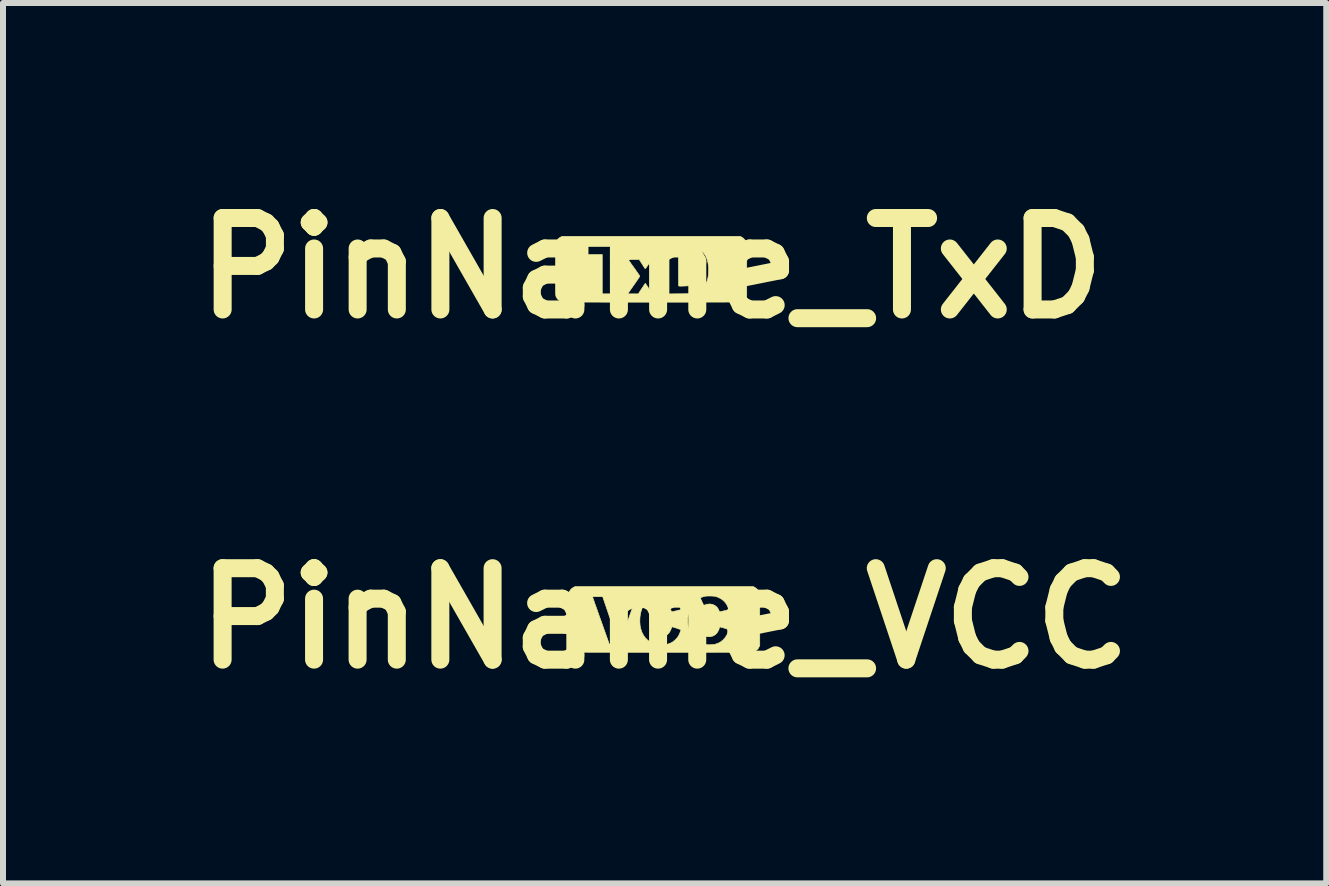
<source format=kicad_pcb>
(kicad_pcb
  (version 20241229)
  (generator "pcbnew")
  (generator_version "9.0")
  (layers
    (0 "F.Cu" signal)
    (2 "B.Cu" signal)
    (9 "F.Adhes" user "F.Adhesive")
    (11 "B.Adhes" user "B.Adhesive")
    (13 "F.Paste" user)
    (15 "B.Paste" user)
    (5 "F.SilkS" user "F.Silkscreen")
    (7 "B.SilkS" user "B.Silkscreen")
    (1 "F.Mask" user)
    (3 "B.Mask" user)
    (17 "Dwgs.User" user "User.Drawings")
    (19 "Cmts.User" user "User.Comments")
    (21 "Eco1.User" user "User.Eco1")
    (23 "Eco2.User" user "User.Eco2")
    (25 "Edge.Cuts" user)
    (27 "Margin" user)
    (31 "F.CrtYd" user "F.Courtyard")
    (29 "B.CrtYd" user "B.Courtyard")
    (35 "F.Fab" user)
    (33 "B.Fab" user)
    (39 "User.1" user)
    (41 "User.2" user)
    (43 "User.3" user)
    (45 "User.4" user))
  (footprint "PinName_VCC"
    (layer "F.Cu")
    (at 8.026 7.254)
    (property "Reference" "PinName_VCC" (at 0 0 0) (layer "F.SilkS") (effects (font (size 1.524 1.524) (thickness 0.3))))
    (attr through_hole)
    (fp_poly (pts (xy 1.502 -0.516) (xy 1.531 -0.496) (xy 1.557 -0.469) (xy 1.573 -0.442) (xy 1.586 -0.418) (xy 1.586 0.455) (xy 1.575 0.477) (xy 1.566 0.493) (xy 1.557 0.508) (xy 1.552 0.514) (xy 1.537 0.528) (xy 1.516 0.543) (xy 1.493 0.555) (xy 1.475 0.563) (xy 1.471 0.563) (xy 1.463 0.564) (xy 1.45 0.564) (xy 1.432 0.565) (xy 1.41 0.565) (xy 1.382 0.565) (xy 1.349 0.566) (xy 1.31 0.566) (xy 1.265 0.566) (xy 1.214 0.567) (xy 1.156 0.567) (xy 1.092 0.567) (xy 1.022 0.567) (xy 0.944 0.567) (xy 0.858 0.567) (xy 0.766 0.568) (xy 0.665 0.568) (xy 0.557 0.568) (xy 0.44 0.568) (xy 0.315 0.568) (xy 0.181 0.568) (xy 0.038 0.568) (xy -0.012 0.568) (xy -0.15 0.568) (xy -0.279 0.568) (xy -0.4 0.568) (xy -0.512 0.568) (xy -0.616 0.568) (xy -0.713 0.568) (xy -0.802 0.568) (xy -0.884 0.567) (xy -0.959 0.567) (xy -1.028 0.567) (xy -1.09 0.567) (xy -1.147 0.567) (xy -1.198 0.567) (xy -1.243 0.567) (xy -1.284 0.566) (xy -1.32 0.566) (xy -1.352 0.566) (xy -1.379 0.566) (xy -1.403 0.565) (xy -1.423 0.565) (xy -1.44 0.565) (xy -1.455 0.564) (xy -1.466 0.564) (xy -1.476 0.563) (xy -1.483 0.562) (xy -1.489 0.562) (xy -1.494 0.561) (xy -1.497 0.56) (xy -1.5 0.56) (xy -1.502 0.559) (xy -1.503 0.559) (xy -1.537 0.542) (xy -1.563 0.52) (xy -1.575 0.505) (xy -1.579 0.498) (xy -1.583 0.491) (xy -1.587 0.485) (xy -1.59 0.479) (xy -1.593 0.471) (xy -1.595 0.462) (xy -1.597 0.45) (xy -1.598 0.436) (xy -1.6 0.418) (xy -1.601 0.396) (xy -1.601 0.369) (xy -1.602 0.338) (xy -1.602 0.3) (xy -1.602 0.257) (xy -1.602 0.206) (xy -1.602 0.148) (xy -1.602 0.081) (xy -1.601 0.011) (xy -1.6 -0.357) (xy -1.201 -0.357) (xy -1.199 -0.352) (xy -1.195 -0.339) (xy -1.188 -0.319) (xy -1.178 -0.292) (xy -1.167 -0.258) (xy -1.153 -0.219) (xy -1.137 -0.176) (xy -1.12 -0.127) (xy -1.102 -0.075) (xy -1.082 -0.02) (xy -1.062 0.037) (xy -1.061 0.038) (xy -0.922 0.43) (xy -0.836 0.428) (xy -0.751 0.427) (xy -0.618 0.057) (xy -0.413 0.057) (xy -0.408 0.122) (xy -0.395 0.182) (xy -0.376 0.237) (xy -0.35 0.286) (xy -0.318 0.329) (xy -0.279 0.367) (xy -0.234 0.398) (xy -0.183 0.422) (xy -0.178 0.424) (xy -0.145 0.433) (xy -0.105 0.439) (xy -0.063 0.441) (xy -0.02 0.441) (xy 0.02 0.437) (xy 0.046 0.432) (xy 0.066 0.426) (xy 0.088 0.418) (xy 0.11 0.408) (xy 0.111 0.408) (xy 0.141 0.39) (xy 0.171 0.366) (xy 0.199 0.337) (xy 0.223 0.307) (xy 0.236 0.284) (xy 0.248 0.261) (xy 0.257 0.238) (xy 0.265 0.218) (xy 0.269 0.202) (xy 0.271 0.192) (xy 0.27 0.19) (xy 0.264 0.187) (xy 0.252 0.183) (xy 0.234 0.177) (xy 0.213 0.17) (xy 0.191 0.162) (xy 0.169 0.156) (xy 0.15 0.15) (xy 0.135 0.145) (xy 0.127 0.143) (xy 0.126 0.143) (xy 0.122 0.147) (xy 0.117 0.158) (xy 0.113 0.167) (xy 0.095 0.21) (xy 0.073 0.245) (xy 0.045 0.273) (xy 0.012 0.294) (xy 0.01 0.295) (xy -0.022 0.305) (xy -0.057 0.307) (xy -0.093 0.304) (xy -0.128 0.293) (xy -0.159 0.277) (xy -0.164 0.273) (xy -0.19 0.25) (xy -0.211 0.222) (xy -0.227 0.189) (xy -0.239 0.151) (xy -0.246 0.106) (xy -0.248 0.054) (xy -0.248 0.042) (xy 0.385 0.042) (xy 0.388 0.097) (xy 0.396 0.15) (xy 0.408 0.199) (xy 0.424 0.242) (xy 0.428 0.251) (xy 0.457 0.3) (xy 0.493 0.343) (xy 0.535 0.378) (xy 0.582 0.407) (xy 0.634 0.427) (xy 0.672 0.437) (xy 0.697 0.44) (xy 0.728 0.441) (xy 0.761 0.441) (xy 0.795 0.439) (xy 0.825 0.436) (xy 0.845 0.432) (xy 0.894 0.415) (xy 0.938 0.391) (xy 0.977 0.359) (xy 1.011 0.32) (xy 1.039 0.275) (xy 1.06 0.226) (xy 1.065 0.21) (xy 1.068 0.197) (xy 1.069 0.19) (xy 1.068 0.189) (xy 1.062 0.186) (xy 1.049 0.182) (xy 1.031 0.176) (xy 1.01 0.169) (xy 0.988 0.162) (xy 0.966 0.156) (xy 0.946 0.151) (xy 0.931 0.147) (xy 0.922 0.145) (xy 0.92 0.145) (xy 0.916 0.151) (xy 0.913 0.162) (xy 0.912 0.164) (xy 0.906 0.184) (xy 0.895 0.209) (xy 0.881 0.233) (xy 0.866 0.253) (xy 0.856 0.263) (xy 0.825 0.286) (xy 0.79 0.301) (xy 0.754 0.308) (xy 0.717 0.307) (xy 0.68 0.297) (xy 0.645 0.28) (xy 0.619 0.261) (xy 0.596 0.235) (xy 0.578 0.204) (xy 0.564 0.166) (xy 0.555 0.122) (xy 0.55 0.07) (xy 0.55 0.033) (xy 0.552 -0.021) (xy 0.557 -0.069) (xy 0.568 -0.109) (xy 0.582 -0.144) (xy 0.602 -0.173) (xy 0.61 -0.182) (xy 0.636 -0.205) (xy 0.669 -0.222) (xy 0.705 -0.233) (xy 0.742 -0.238) (xy 0.767 -0.237) (xy 0.806 -0.229) (xy 0.84 -0.212) (xy 0.869 -0.189) (xy 0.892 -0.159) (xy 0.903 -0.135) (xy 0.909 -0.122) (xy 0.913 -0.112) (xy 0.915 -0.109) (xy 0.92 -0.109) (xy 0.932 -0.111) (xy 0.95 -0.115) (xy 0.973 -0.12) (xy 0.984 -0.123) (xy 1.008 -0.128) (xy 1.03 -0.134) (xy 1.047 -0.138) (xy 1.059 -0.14) (xy 1.061 -0.141) (xy 1.071 -0.143) (xy 1.062 -0.169) (xy 1.041 -0.217) (xy 1.014 -0.259) (xy 0.98 -0.295) (xy 0.94 -0.325) (xy 0.919 -0.336) (xy 0.89 -0.35) (xy 0.864 -0.359) (xy 0.839 -0.366) (xy 0.811 -0.369) (xy 0.779 -0.371) (xy 0.753 -0.371) (xy 0.723 -0.371) (xy 0.701 -0.37) (xy 0.683 -0.368) (xy 0.666 -0.365) (xy 0.649 -0.361) (xy 0.649 -0.361) (xy 0.594 -0.341) (xy 0.546 -0.315) (xy 0.504 -0.282) (xy 0.468 -0.242) (xy 0.438 -0.195) (xy 0.432 -0.182) (xy 0.415 -0.145) (xy 0.403 -0.106) (xy 0.394 -0.063) (xy 0.388 -0.014) (xy 0.387 -0.013) (xy 0.385 0.042) (xy -0.248 0.042) (xy -0.248 0.012) (xy -0.246 -0.024) (xy -0.244 -0.053) (xy -0.24 -0.076) (xy -0.235 -0.097) (xy -0.228 -0.118) (xy -0.22 -0.136) (xy -0.201 -0.167) (xy -0.175 -0.194) (xy -0.143 -0.215) (xy -0.108 -0.23) (xy -0.07 -0.238) (xy -0.032 -0.238) (xy -0.022 -0.236) (xy 0.016 -0.226) (xy 0.048 -0.209) (xy 0.074 -0.184) (xy 0.096 -0.153) (xy 0.1 -0.144) (xy 0.108 -0.128) (xy 0.114 -0.115) (xy 0.117 -0.108) (xy 0.118 -0.107) (xy 0.122 -0.108) (xy 0.134 -0.111) (xy 0.152 -0.115) (xy 0.174 -0.12) (xy 0.185 -0.122) (xy 0.209 -0.128) (xy 0.231 -0.134) (xy 0.249 -0.138) (xy 0.26 -0.14) (xy 0.262 -0.141) (xy 0.272 -0.143) (xy 0.263 -0.169) (xy 0.242 -0.218) (xy 0.215 -0.26) (xy 0.181 -0.296) (xy 0.14 -0.325) (xy 0.119 -0.337) (xy 0.084 -0.352) (xy 0.051 -0.363) (xy 0.016 -0.369) (xy -0.019 -0.373) (xy -0.08 -0.372) (xy -0.137 -0.364) (xy -0.19 -0.347) (xy -0.24 -0.322) (xy -0.284 -0.289) (xy -0.311 -0.263) (xy -0.343 -0.223) (xy -0.37 -0.178) (xy -0.389 -0.128) (xy -0.403 -0.072) (xy -0.411 -0.011) (xy -0.413 0.057) (xy -0.618 0.057) (xy -0.611 0.037) (xy -0.59 -0.021) (xy -0.571 -0.076) (xy -0.552 -0.128) (xy -0.535 -0.176) (xy -0.519 -0.22) (xy -0.506 -0.259) (xy -0.494 -0.292) (xy -0.484 -0.319) (xy -0.477 -0.339) (xy -0.473 -0.352) (xy -0.471 -0.357) (xy -0.475 -0.358) (xy -0.488 -0.359) (xy -0.506 -0.36) (xy -0.529 -0.36) (xy -0.554 -0.36) (xy -0.637 -0.36) (xy -0.733 -0.069) (xy -0.749 -0.02) (xy -0.765 0.027) (xy -0.78 0.071) (xy -0.793 0.11) (xy -0.804 0.145) (xy -0.814 0.174) (xy -0.822 0.197) (xy -0.828 0.213) (xy -0.831 0.221) (xy -0.831 0.222) (xy -0.833 0.217) (xy -0.838 0.205) (xy -0.845 0.185) (xy -0.854 0.159) (xy -0.865 0.127) (xy -0.878 0.09) (xy -0.892 0.048) (xy -0.908 0.003) (xy -0.925 -0.045) (xy -0.933 -0.069) (xy -1.032 -0.36) (xy -1.116 -0.36) (xy -1.143 -0.36) (xy -1.166 -0.36) (xy -1.185 -0.359) (xy -1.197 -0.358) (xy -1.201 -0.357) (xy -1.6 -0.357) (xy -1.6 -0.418) (xy -1.588 -0.443) (xy -1.568 -0.475) (xy -1.541 -0.501) (xy -1.515 -0.517) (xy -1.489 -0.529) (xy 1.476 -0.529) (xy 1.502 -0.516)) (stroke (width 0.01) (type solid)) (fill yes) (layer "F.SilkS")))
  (footprint "PinName_TxD"
    (layer "F.Cu")
    (at 7.809 1.418)
    (property "Reference" "PinName_TxD" (at 0 0 0) (layer "F.SilkS") (effects (font (size 1.524 1.524) (thickness 0.3))))
    (attr through_hole)
    (fp_poly (pts (xy 0.548 -0.225) (xy 0.588 -0.224) (xy 0.62 -0.223) (xy 0.645 -0.22) (xy 0.665 -0.216) (xy 0.682 -0.211) (xy 0.696 -0.204) (xy 0.71 -0.194) (xy 0.722 -0.184) (xy 0.743 -0.162) (xy 0.759 -0.136) (xy 0.771 -0.104) (xy 0.779 -0.065) (xy 0.784 -0.02) (xy 0.786 0.034) (xy 0.786 0.037) (xy 0.784 0.095) (xy 0.778 0.144) (xy 0.769 0.186) (xy 0.755 0.221) (xy 0.737 0.248) (xy 0.714 0.269) (xy 0.687 0.283) (xy 0.684 0.284) (xy 0.671 0.287) (xy 0.651 0.29) (xy 0.627 0.293) (xy 0.6 0.296) (xy 0.57 0.298) (xy 0.541 0.299) (xy 0.514 0.3) (xy 0.489 0.301) (xy 0.47 0.3) (xy 0.456 0.299) (xy 0.451 0.297) (xy 0.45 0.292) (xy 0.45 0.279) (xy 0.449 0.258) (xy 0.449 0.23) (xy 0.449 0.196) (xy 0.448 0.157) (xy 0.448 0.115) (xy 0.448 0.068) (xy 0.448 0.033) (xy 0.448 -0.227) (xy 0.548 -0.225)) (stroke (width 0.01) (type solid)) (fill yes) (layer "F.SilkS"))
    (fp_poly (pts (xy 1.502 -0.516) (xy 1.531 -0.496) (xy 1.557 -0.469) (xy 1.573 -0.442) (xy 1.586 -0.418) (xy 1.586 0.455) (xy 1.575 0.477) (xy 1.566 0.493) (xy 1.557 0.508) (xy 1.552 0.514) (xy 1.537 0.528) (xy 1.516 0.543) (xy 1.493 0.555) (xy 1.475 0.563) (xy 1.471 0.563) (xy 1.463 0.564) (xy 1.45 0.564) (xy 1.432 0.565) (xy 1.41 0.565) (xy 1.382 0.565) (xy 1.349 0.566) (xy 1.31 0.566) (xy 1.265 0.566) (xy 1.214 0.567) (xy 1.156 0.567) (xy 1.092 0.567) (xy 1.022 0.567) (xy 0.944 0.567) (xy 0.858 0.567) (xy 0.766 0.568) (xy 0.665 0.568) (xy 0.557 0.568) (xy 0.44 0.568) (xy 0.315 0.568) (xy 0.181 0.568) (xy 0.038 0.568) (xy -0.012 0.568) (xy -0.15 0.568) (xy -0.279 0.568) (xy -0.4 0.568) (xy -0.512 0.568) (xy -0.616 0.568) (xy -0.713 0.568) (xy -0.802 0.568) (xy -0.884 0.567) (xy -0.959 0.567) (xy -1.028 0.567) (xy -1.09 0.567) (xy -1.147 0.567) (xy -1.198 0.567) (xy -1.243 0.567) (xy -1.284 0.566) (xy -1.32 0.566) (xy -1.352 0.566) (xy -1.379 0.566) (xy -1.403 0.565) (xy -1.423 0.565) (xy -1.44 0.565) (xy -1.455 0.564) (xy -1.466 0.564) (xy -1.476 0.563) (xy -1.483 0.562) (xy -1.489 0.562) (xy -1.494 0.561) (xy -1.497 0.56) (xy -1.5 0.56) (xy -1.502 0.559) (xy -1.503 0.559) (xy -1.537 0.542) (xy -1.563 0.52) (xy -1.575 0.505) (xy -1.579 0.498) (xy -1.583 0.491) (xy -1.587 0.485) (xy -1.59 0.479) (xy -1.593 0.471) (xy -1.595 0.462) (xy -1.597 0.45) (xy -1.598 0.436) (xy -1.599 0.43) (xy 0.291 0.43) (xy 0.486 0.428) (xy 0.534 0.428) (xy 0.574 0.427) (xy 0.607 0.427) (xy 0.633 0.426) (xy 0.654 0.426) (xy 0.67 0.425) (xy 0.684 0.423) (xy 0.695 0.422) (xy 0.704 0.42) (xy 0.713 0.418) (xy 0.716 0.417) (xy 0.766 0.399) (xy 0.81 0.375) (xy 0.847 0.344) (xy 0.879 0.307) (xy 0.905 0.262) (xy 0.927 0.21) (xy 0.93 0.201) (xy 0.94 0.16) (xy 0.947 0.112) (xy 0.95 0.062) (xy 0.951 0.01) (xy 0.947 -0.041) (xy 0.94 -0.087) (xy 0.94 -0.09) (xy 0.924 -0.148) (xy 0.902 -0.199) (xy 0.874 -0.244) (xy 0.841 -0.281) (xy 0.802 -0.312) (xy 0.757 -0.335) (xy 0.722 -0.347) (xy 0.713 -0.35) (xy 0.704 -0.352) (xy 0.693 -0.353) (xy 0.681 -0.355) (xy 0.666 -0.356) (xy 0.648 -0.357) (xy 0.624 -0.357) (xy 0.595 -0.358) (xy 0.559 -0.358) (xy 0.515 -0.359) (xy 0.488 -0.359) (xy 0.291 -0.361) (xy 0.291 0.43) (xy -1.599 0.43) (xy -1.6 0.418) (xy -1.601 0.396) (xy -1.601 0.369) (xy -1.602 0.338) (xy -1.602 0.3) (xy -1.602 0.257) (xy -1.602 0.206) (xy -1.602 0.148) (xy -1.602 0.081) (xy -1.601 0.011) (xy -1.6 -0.36) (xy -1.058 -0.36) (xy -1.058 -0.226) (xy -0.822 -0.226) (xy -0.822 0.429) (xy -0.665 0.429) (xy -0.398 0.429) (xy -0.221 0.429) (xy -0.164 0.342) (xy -0.147 0.317) (xy -0.132 0.294) (xy -0.12 0.276) (xy -0.111 0.262) (xy -0.105 0.255) (xy -0.104 0.254) (xy -0.101 0.258) (xy -0.094 0.268) (xy -0.083 0.284) (xy -0.07 0.304) (xy -0.054 0.328) (xy -0.045 0.342) (xy 0.012 0.429) (xy 0.103 0.429) (xy 0.131 0.429) (xy 0.155 0.429) (xy 0.175 0.429) (xy 0.188 0.428) (xy 0.194 0.427) (xy 0.194 0.427) (xy 0.191 0.423) (xy 0.184 0.412) (xy 0.173 0.395) (xy 0.157 0.373) (xy 0.139 0.347) (xy 0.119 0.318) (xy 0.096 0.285) (xy 0.09 0.277) (xy -0.015 0.129) (xy 0.072 0.008) (xy 0.094 -0.022) (xy 0.114 -0.051) (xy 0.132 -0.076) (xy 0.148 -0.098) (xy 0.16 -0.115) (xy 0.168 -0.125) (xy 0.17 -0.128) (xy 0.181 -0.143) (xy 0.002 -0.143) (xy -0.051 -0.064) (xy -0.069 -0.038) (xy -0.082 -0.018) (xy -0.092 -0.005) (xy -0.099 0.004) (xy -0.104 0.008) (xy -0.107 0.008) (xy -0.11 0.006) (xy -0.11 0.006) (xy -0.114 -0.000408) (xy -0.123 -0.013) (xy -0.134 -0.031) (xy -0.148 -0.052) (xy -0.161 -0.073) (xy -0.206 -0.143) (xy -0.297 -0.143) (xy -0.325 -0.143) (xy -0.349 -0.143) (xy -0.369 -0.142) (xy -0.382 -0.142) (xy -0.388 -0.141) (xy -0.388 -0.141) (xy -0.385 -0.137) (xy -0.378 -0.126) (xy -0.366 -0.11) (xy -0.351 -0.088) (xy -0.334 -0.063) (xy -0.313 -0.034) (xy -0.296 -0.011) (xy -0.274 0.02) (xy -0.254 0.049) (xy -0.236 0.074) (xy -0.221 0.096) (xy -0.209 0.113) (xy -0.201 0.124) (xy -0.199 0.127) (xy -0.198 0.13) (xy -0.198 0.135) (xy -0.2 0.141) (xy -0.205 0.15) (xy -0.212 0.162) (xy -0.224 0.179) (xy -0.239 0.201) (xy -0.258 0.229) (xy -0.28 0.261) (xy -0.302 0.292) (xy -0.323 0.322) (xy -0.342 0.349) (xy -0.358 0.372) (xy -0.371 0.391) (xy -0.38 0.404) (xy -0.383 0.408) (xy -0.398 0.429) (xy -0.665 0.429) (xy -0.665 -0.226) (xy -0.429 -0.226) (xy -0.429 -0.36) (xy -1.058 -0.36) (xy -1.6 -0.36) (xy -1.6 -0.418) (xy -1.588 -0.443) (xy -1.568 -0.475) (xy -1.541 -0.501) (xy -1.515 -0.517) (xy -1.489 -0.529) (xy 1.476 -0.529) (xy 1.502 -0.516)) (stroke (width 0.01) (type solid)) (fill yes) (layer "F.SilkS")))
  (gr_rect
    (start -3 -3)
    (end 19.053 11.672)
    (stroke (width 0.1) (type default))
    (fill no)
    (layer "Edge.Cuts")))
</source>
